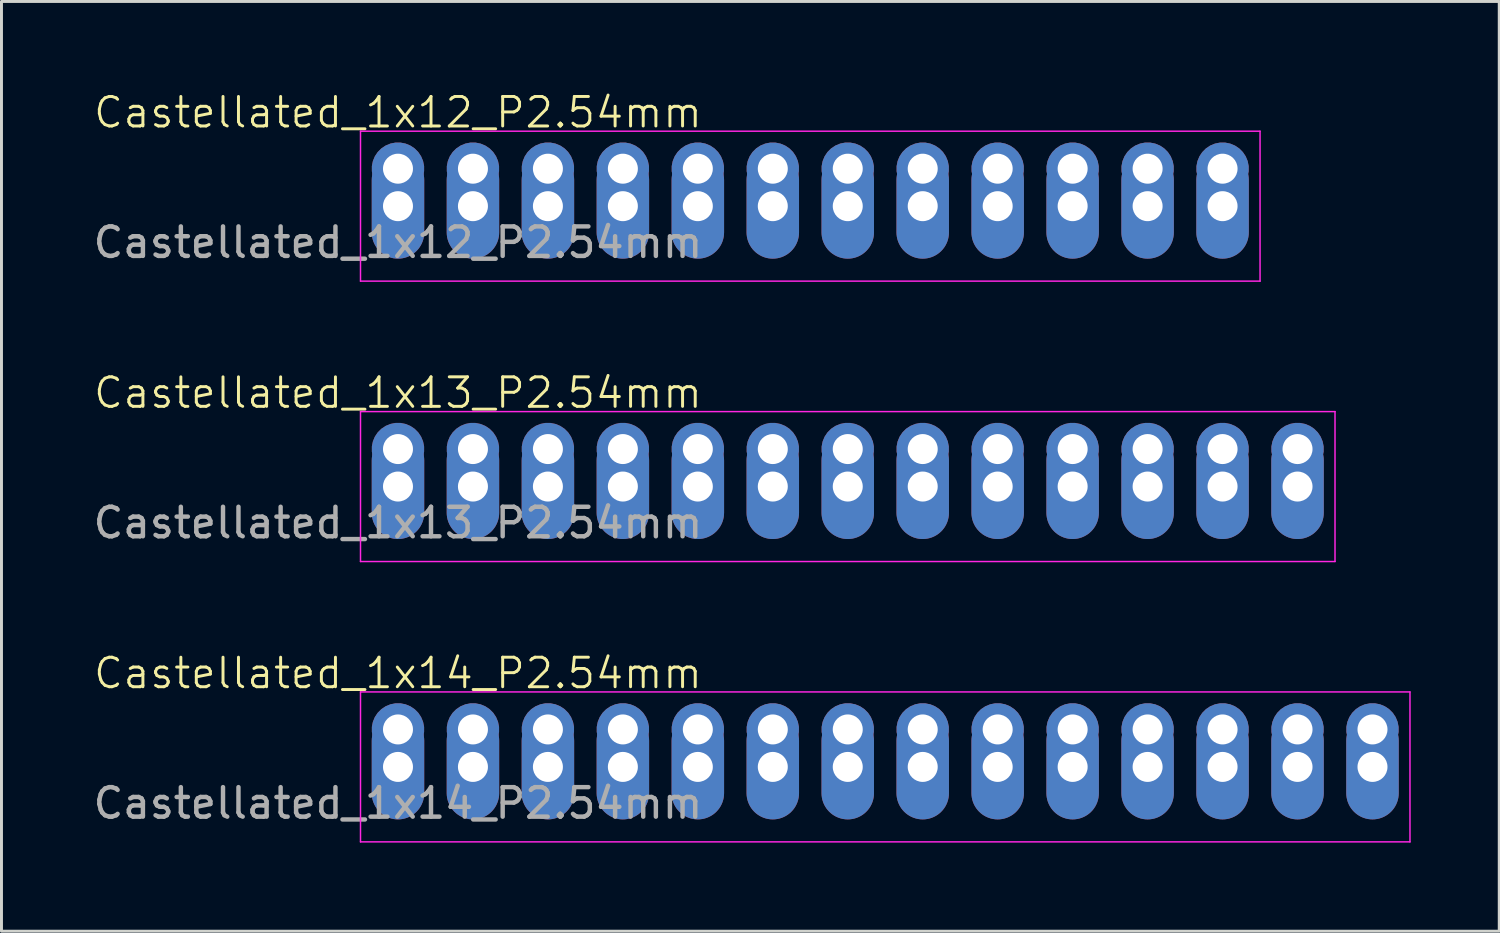
<source format=kicad_pcb>
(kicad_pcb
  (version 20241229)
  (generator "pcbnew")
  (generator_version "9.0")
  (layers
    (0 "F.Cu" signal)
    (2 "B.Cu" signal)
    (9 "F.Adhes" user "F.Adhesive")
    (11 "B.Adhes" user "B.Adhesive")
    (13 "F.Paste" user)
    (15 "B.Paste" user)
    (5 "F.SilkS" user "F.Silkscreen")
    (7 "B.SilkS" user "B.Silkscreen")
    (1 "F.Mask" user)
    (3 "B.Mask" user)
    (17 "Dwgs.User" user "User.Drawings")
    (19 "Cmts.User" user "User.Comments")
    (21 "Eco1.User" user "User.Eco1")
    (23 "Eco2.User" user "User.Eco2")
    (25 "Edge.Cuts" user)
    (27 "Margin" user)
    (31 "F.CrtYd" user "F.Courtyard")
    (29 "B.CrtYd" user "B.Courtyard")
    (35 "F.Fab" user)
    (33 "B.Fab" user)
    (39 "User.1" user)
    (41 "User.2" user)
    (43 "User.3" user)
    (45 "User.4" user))
  (footprint "Castellated_1x14_P2.54mm"
    (layer "F.Cu")
    (at 10.435 21.666)
    (property "Reference" "Castellated_1x14_P2.54mm" (at 0 -1.905 0) (unlocked yes) (layer "F.SilkS") (effects (font (size 1 1) (thickness 0.1))))
    (attr through_hole)
    (fp_line (start -1.27 -1.27) (end 34.29 -1.27) (stroke (width 0.05) (type solid)) (layer "F.CrtYd"))
    (fp_line (start -1.27 3.81) (end -1.27 -1.27) (stroke (width 0.05) (type solid)) (layer "F.CrtYd"))
    (fp_line (start 34.29 -1.27) (end 34.29 3.81) (stroke (width 0.05) (type solid)) (layer "F.CrtYd"))
    (fp_line (start 34.29 3.81) (end -1.27 3.81) (stroke (width 0.05) (type solid)) (layer "F.CrtYd"))
    (fp_text user "${REFERENCE}" (at 0 2.5 0) (unlocked yes) (layer "F.Fab") (effects (font (size 1 1) (thickness 0.15))))
    (pad "1" thru_hole custom (at 0 0 90) (size 1.778 1.778) (drill 1.016) (layers "*.Cu" "*.Mask") (options (anchor circle)) (primitives))
    (pad "1" thru_hole oval (at 0 1.27 90) (size 3.556 1.778) (drill 1.016) (layers "*.Cu" "*.Mask"))
    (pad "2" thru_hole custom (at 2.54 0 90) (size 1.778 1.778) (drill 1.016) (layers "*.Cu" "*.Mask") (options (anchor circle)) (primitives))
    (pad "2" thru_hole oval (at 2.54 1.27 90) (size 3.556 1.778) (drill 1.016) (layers "*.Cu" "*.Mask"))
    (pad "3" thru_hole custom (at 5.08 0 90) (size 1.778 1.778) (drill 1.016) (layers "*.Cu" "*.Mask") (options (anchor circle)) (primitives))
    (pad "3" thru_hole oval (at 5.08 1.27 90) (size 3.556 1.778) (drill 1.016) (layers "*.Cu" "*.Mask"))
    (pad "4" thru_hole custom (at 7.62 0 90) (size 1.778 1.778) (drill 1.016) (layers "*.Cu" "*.Mask") (options (anchor circle)) (primitives))
    (pad "4" thru_hole oval (at 7.62 1.27 90) (size 3.556 1.778) (drill 1.016) (layers "*.Cu" "*.Mask"))
    (pad "5" thru_hole custom (at 10.16 0 90) (size 1.778 1.778) (drill 1.016) (layers "*.Cu" "*.Mask") (options (anchor circle)) (primitives))
    (pad "5" thru_hole oval (at 10.16 1.27 90) (size 3.556 1.778) (drill 1.016) (layers "*.Cu" "*.Mask"))
    (pad "6" thru_hole custom (at 12.7 0 90) (size 1.778 1.778) (drill 1.016) (layers "*.Cu" "*.Mask") (options (anchor circle)) (primitives))
    (pad "6" thru_hole oval (at 12.7 1.27 90) (size 3.556 1.778) (drill 1.016) (layers "*.Cu" "*.Mask"))
    (pad "7" thru_hole custom (at 15.24 0 90) (size 1.778 1.778) (drill 1.016) (layers "*.Cu" "*.Mask") (options (anchor circle)) (primitives))
    (pad "7" thru_hole oval (at 15.24 1.27 90) (size 3.556 1.778) (drill 1.016) (layers "*.Cu" "*.Mask"))
    (pad "8" thru_hole custom (at 17.78 0 90) (size 1.778 1.778) (drill 1.016) (layers "*.Cu" "*.Mask") (options (anchor circle)) (primitives))
    (pad "8" thru_hole oval (at 17.78 1.27 90) (size 3.556 1.778) (drill 1.016) (layers "*.Cu" "*.Mask"))
    (pad "9" thru_hole custom (at 20.32 0 90) (size 1.778 1.778) (drill 1.016) (layers "*.Cu" "*.Mask") (options (anchor circle)) (primitives))
    (pad "9" thru_hole oval (at 20.32 1.27 90) (size 3.556 1.778) (drill 1.016) (layers "*.Cu" "*.Mask"))
    (pad "10" thru_hole custom (at 22.86 0 90) (size 1.778 1.778) (drill 1.016) (layers "*.Cu" "*.Mask") (options (anchor circle)) (primitives))
    (pad "10" thru_hole oval (at 22.86 1.27 90) (size 3.556 1.778) (drill 1.016) (layers "*.Cu" "*.Mask"))
    (pad "11" thru_hole custom (at 25.4 0 90) (size 1.778 1.778) (drill 1.016) (layers "*.Cu" "*.Mask") (options (anchor circle)) (primitives))
    (pad "11" thru_hole oval (at 25.4 1.27 90) (size 3.556 1.778) (drill 1.016) (layers "*.Cu" "*.Mask"))
    (pad "12" thru_hole custom (at 27.94 0 90) (size 1.778 1.778) (drill 1.016) (layers "*.Cu" "*.Mask") (options (anchor circle)) (primitives))
    (pad "12" thru_hole oval (at 27.94 1.27 90) (size 3.556 1.778) (drill 1.016) (layers "*.Cu" "*.Mask"))
    (pad "13" thru_hole custom (at 30.48 0 90) (size 1.778 1.778) (drill 1.016) (layers "*.Cu" "*.Mask") (options (anchor circle)) (primitives))
    (pad "13" thru_hole oval (at 30.48 1.27 90) (size 3.556 1.778) (drill 1.016) (layers "*.Cu" "*.Mask"))
    (pad "14" thru_hole custom (at 33.02 0 90) (size 1.778 1.778) (drill 1.016) (layers "*.Cu" "*.Mask") (options (anchor circle)) (primitives))
    (pad "14" thru_hole oval (at 33.02 1.27 90) (size 3.556 1.778) (drill 1.016) (layers "*.Cu" "*.Mask")))
  (footprint "Castellated_1x12_P2.54mm"
    (layer "F.Cu")
    (at 10.435 2.666)
    (property "Reference" "Castellated_1x12_P2.54mm" (at 0 -1.905 0) (unlocked yes) (layer "F.SilkS") (effects (font (size 1 1) (thickness 0.1))))
    (attr through_hole)
    (fp_line (start -1.27 -1.27) (end 29.21 -1.27) (stroke (width 0.05) (type solid)) (layer "F.CrtYd"))
    (fp_line (start -1.27 3.81) (end -1.27 -1.27) (stroke (width 0.05) (type solid)) (layer "F.CrtYd"))
    (fp_line (start 29.21 -1.27) (end 29.21 3.81) (stroke (width 0.05) (type solid)) (layer "F.CrtYd"))
    (fp_line (start 29.21 3.81) (end -1.27 3.81) (stroke (width 0.05) (type solid)) (layer "F.CrtYd"))
    (fp_text user "${REFERENCE}" (at 0 2.5 0) (unlocked yes) (layer "F.Fab") (effects (font (size 1 1) (thickness 0.15))))
    (pad "1" thru_hole custom (at 0 0 90) (size 1.778 1.778) (drill 1.016) (layers "*.Cu" "*.Mask") (options (anchor circle)) (primitives))
    (pad "1" thru_hole oval (at 0 1.27 90) (size 3.556 1.778) (drill 1.016) (layers "*.Cu" "*.Mask"))
    (pad "2" thru_hole custom (at 2.54 0 90) (size 1.778 1.778) (drill 1.016) (layers "*.Cu" "*.Mask") (options (anchor circle)) (primitives))
    (pad "2" thru_hole oval (at 2.54 1.27 90) (size 3.556 1.778) (drill 1.016) (layers "*.Cu" "*.Mask"))
    (pad "3" thru_hole custom (at 5.08 0 90) (size 1.778 1.778) (drill 1.016) (layers "*.Cu" "*.Mask") (options (anchor circle)) (primitives))
    (pad "3" thru_hole oval (at 5.08 1.27 90) (size 3.556 1.778) (drill 1.016) (layers "*.Cu" "*.Mask"))
    (pad "4" thru_hole custom (at 7.62 0 90) (size 1.778 1.778) (drill 1.016) (layers "*.Cu" "*.Mask") (options (anchor circle)) (primitives))
    (pad "4" thru_hole oval (at 7.62 1.27 90) (size 3.556 1.778) (drill 1.016) (layers "*.Cu" "*.Mask"))
    (pad "5" thru_hole custom (at 10.16 0 90) (size 1.778 1.778) (drill 1.016) (layers "*.Cu" "*.Mask") (options (anchor circle)) (primitives))
    (pad "5" thru_hole oval (at 10.16 1.27 90) (size 3.556 1.778) (drill 1.016) (layers "*.Cu" "*.Mask"))
    (pad "6" thru_hole custom (at 12.7 0 90) (size 1.778 1.778) (drill 1.016) (layers "*.Cu" "*.Mask") (options (anchor circle)) (primitives))
    (pad "6" thru_hole oval (at 12.7 1.27 90) (size 3.556 1.778) (drill 1.016) (layers "*.Cu" "*.Mask"))
    (pad "7" thru_hole custom (at 15.24 0 90) (size 1.778 1.778) (drill 1.016) (layers "*.Cu" "*.Mask") (options (anchor circle)) (primitives))
    (pad "7" thru_hole oval (at 15.24 1.27 90) (size 3.556 1.778) (drill 1.016) (layers "*.Cu" "*.Mask"))
    (pad "8" thru_hole custom (at 17.78 0 90) (size 1.778 1.778) (drill 1.016) (layers "*.Cu" "*.Mask") (options (anchor circle)) (primitives))
    (pad "8" thru_hole oval (at 17.78 1.27 90) (size 3.556 1.778) (drill 1.016) (layers "*.Cu" "*.Mask"))
    (pad "9" thru_hole custom (at 20.32 0 90) (size 1.778 1.778) (drill 1.016) (layers "*.Cu" "*.Mask") (options (anchor circle)) (primitives))
    (pad "9" thru_hole oval (at 20.32 1.27 90) (size 3.556 1.778) (drill 1.016) (layers "*.Cu" "*.Mask"))
    (pad "10" thru_hole custom (at 22.86 0 90) (size 1.778 1.778) (drill 1.016) (layers "*.Cu" "*.Mask") (options (anchor circle)) (primitives))
    (pad "10" thru_hole oval (at 22.86 1.27 90) (size 3.556 1.778) (drill 1.016) (layers "*.Cu" "*.Mask"))
    (pad "11" thru_hole custom (at 25.4 0 90) (size 1.778 1.778) (drill 1.016) (layers "*.Cu" "*.Mask") (options (anchor circle)) (primitives))
    (pad "11" thru_hole oval (at 25.4 1.27 90) (size 3.556 1.778) (drill 1.016) (layers "*.Cu" "*.Mask"))
    (pad "12" thru_hole custom (at 27.94 0 90) (size 1.778 1.778) (drill 1.016) (layers "*.Cu" "*.Mask") (options (anchor circle)) (primitives))
    (pad "12" thru_hole oval (at 27.94 1.27 90) (size 3.556 1.778) (drill 1.016) (layers "*.Cu" "*.Mask")))
  (footprint "Castellated_1x13_P2.54mm"
    (layer "F.Cu")
    (at 10.435 12.166)
    (property "Reference" "Castellated_1x13_P2.54mm" (at 0 -1.905 0) (unlocked yes) (layer "F.SilkS") (effects (font (size 1 1) (thickness 0.1))))
    (attr through_hole)
    (fp_line (start -1.27 -1.27) (end 31.75 -1.27) (stroke (width 0.05) (type solid)) (layer "F.CrtYd"))
    (fp_line (start -1.27 3.81) (end -1.27 -1.27) (stroke (width 0.05) (type solid)) (layer "F.CrtYd"))
    (fp_line (start 31.75 -1.27) (end 31.75 3.81) (stroke (width 0.05) (type solid)) (layer "F.CrtYd"))
    (fp_line (start 31.75 3.81) (end -1.27 3.81) (stroke (width 0.05) (type solid)) (layer "F.CrtYd"))
    (fp_text user "${REFERENCE}" (at 0 2.5 0) (unlocked yes) (layer "F.Fab") (effects (font (size 1 1) (thickness 0.15))))
    (pad "1" thru_hole custom (at 0 0 90) (size 1.778 1.778) (drill 1.016) (layers "*.Cu" "*.Mask") (options (anchor circle)) (primitives))
    (pad "1" thru_hole oval (at 0 1.27 90) (size 3.556 1.778) (drill 1.016) (layers "*.Cu" "*.Mask"))
    (pad "2" thru_hole custom (at 2.54 0 90) (size 1.778 1.778) (drill 1.016) (layers "*.Cu" "*.Mask") (options (anchor circle)) (primitives))
    (pad "2" thru_hole oval (at 2.54 1.27 90) (size 3.556 1.778) (drill 1.016) (layers "*.Cu" "*.Mask"))
    (pad "3" thru_hole custom (at 5.08 0 90) (size 1.778 1.778) (drill 1.016) (layers "*.Cu" "*.Mask") (options (anchor circle)) (primitives))
    (pad "3" thru_hole oval (at 5.08 1.27 90) (size 3.556 1.778) (drill 1.016) (layers "*.Cu" "*.Mask"))
    (pad "4" thru_hole custom (at 7.62 0 90) (size 1.778 1.778) (drill 1.016) (layers "*.Cu" "*.Mask") (options (anchor circle)) (primitives))
    (pad "4" thru_hole oval (at 7.62 1.27 90) (size 3.556 1.778) (drill 1.016) (layers "*.Cu" "*.Mask"))
    (pad "5" thru_hole custom (at 10.16 0 90) (size 1.778 1.778) (drill 1.016) (layers "*.Cu" "*.Mask") (options (anchor circle)) (primitives))
    (pad "5" thru_hole oval (at 10.16 1.27 90) (size 3.556 1.778) (drill 1.016) (layers "*.Cu" "*.Mask"))
    (pad "6" thru_hole custom (at 12.7 0 90) (size 1.778 1.778) (drill 1.016) (layers "*.Cu" "*.Mask") (options (anchor circle)) (primitives))
    (pad "6" thru_hole oval (at 12.7 1.27 90) (size 3.556 1.778) (drill 1.016) (layers "*.Cu" "*.Mask"))
    (pad "7" thru_hole custom (at 15.24 0 90) (size 1.778 1.778) (drill 1.016) (layers "*.Cu" "*.Mask") (options (anchor circle)) (primitives))
    (pad "7" thru_hole oval (at 15.24 1.27 90) (size 3.556 1.778) (drill 1.016) (layers "*.Cu" "*.Mask"))
    (pad "8" thru_hole custom (at 17.78 0 90) (size 1.778 1.778) (drill 1.016) (layers "*.Cu" "*.Mask") (options (anchor circle)) (primitives))
    (pad "8" thru_hole oval (at 17.78 1.27 90) (size 3.556 1.778) (drill 1.016) (layers "*.Cu" "*.Mask"))
    (pad "9" thru_hole custom (at 20.32 0 90) (size 1.778 1.778) (drill 1.016) (layers "*.Cu" "*.Mask") (options (anchor circle)) (primitives))
    (pad "9" thru_hole oval (at 20.32 1.27 90) (size 3.556 1.778) (drill 1.016) (layers "*.Cu" "*.Mask"))
    (pad "10" thru_hole custom (at 22.86 0 90) (size 1.778 1.778) (drill 1.016) (layers "*.Cu" "*.Mask") (options (anchor circle)) (primitives))
    (pad "10" thru_hole oval (at 22.86 1.27 90) (size 3.556 1.778) (drill 1.016) (layers "*.Cu" "*.Mask"))
    (pad "11" thru_hole custom (at 25.4 0 90) (size 1.778 1.778) (drill 1.016) (layers "*.Cu" "*.Mask") (options (anchor circle)) (primitives))
    (pad "11" thru_hole oval (at 25.4 1.27 90) (size 3.556 1.778) (drill 1.016) (layers "*.Cu" "*.Mask"))
    (pad "12" thru_hole custom (at 27.94 0 90) (size 1.778 1.778) (drill 1.016) (layers "*.Cu" "*.Mask") (options (anchor circle)) (primitives))
    (pad "12" thru_hole oval (at 27.94 1.27 90) (size 3.556 1.778) (drill 1.016) (layers "*.Cu" "*.Mask"))
    (pad "13" thru_hole custom (at 30.48 0 90) (size 1.778 1.778) (drill 1.016) (layers "*.Cu" "*.Mask") (options (anchor circle)) (primitives))
    (pad "13" thru_hole oval (at 30.48 1.27 90) (size 3.556 1.778) (drill 1.016) (layers "*.Cu" "*.Mask")))
  (gr_rect
    (start -3 -3)
    (end 47.75 28.502)
    (stroke (width 0.1) (type default))
    (fill no)
    (layer "Edge.Cuts")))
</source>
